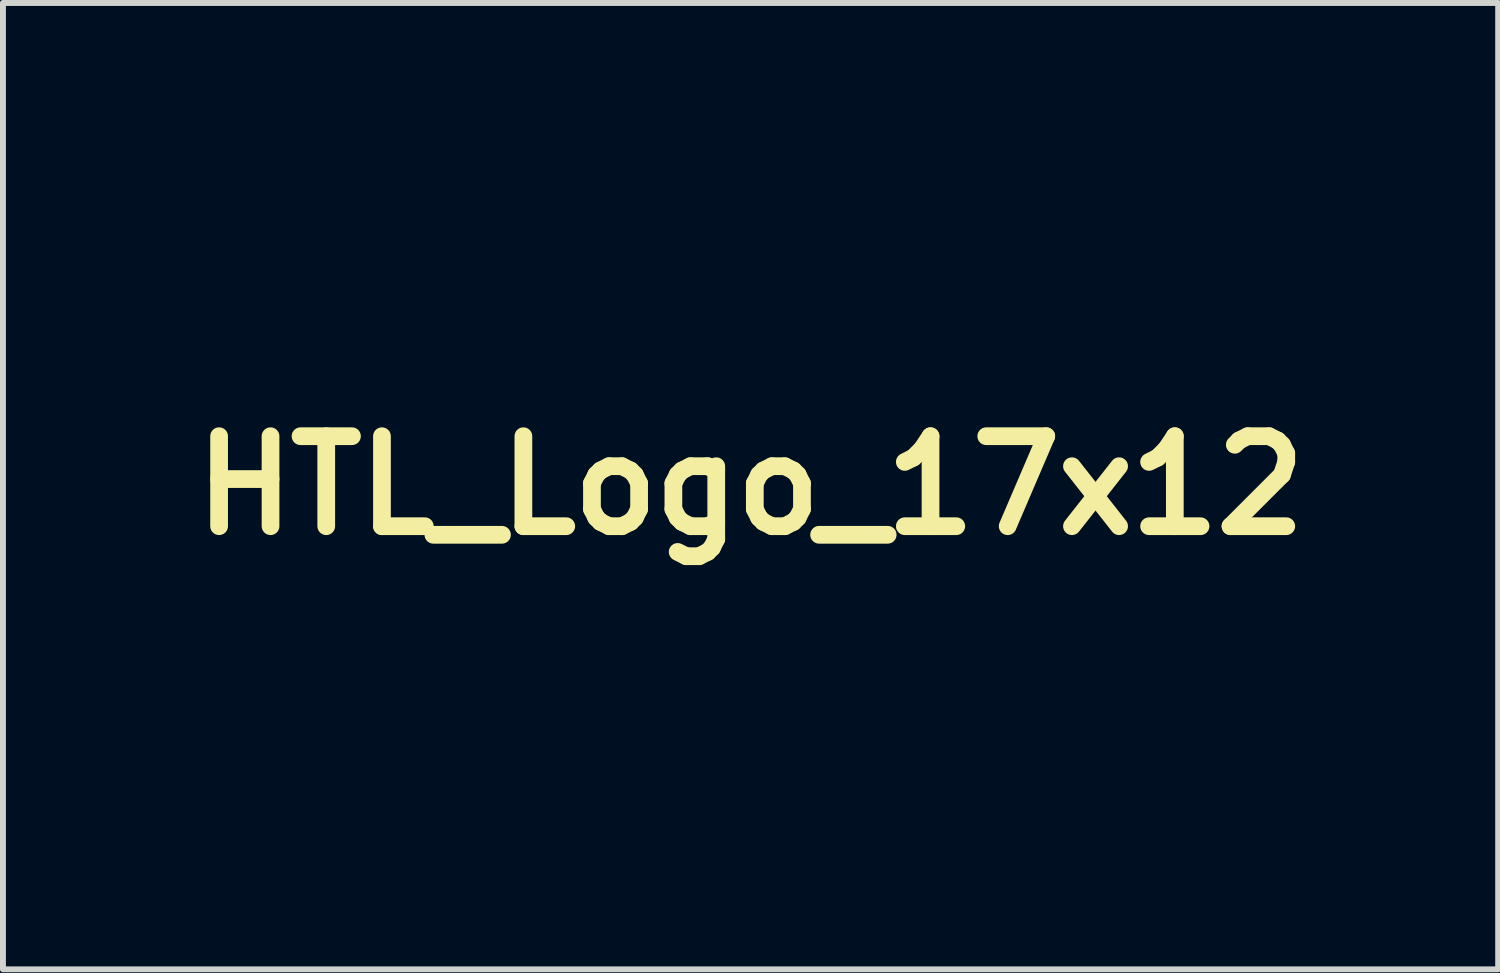
<source format=kicad_pcb>
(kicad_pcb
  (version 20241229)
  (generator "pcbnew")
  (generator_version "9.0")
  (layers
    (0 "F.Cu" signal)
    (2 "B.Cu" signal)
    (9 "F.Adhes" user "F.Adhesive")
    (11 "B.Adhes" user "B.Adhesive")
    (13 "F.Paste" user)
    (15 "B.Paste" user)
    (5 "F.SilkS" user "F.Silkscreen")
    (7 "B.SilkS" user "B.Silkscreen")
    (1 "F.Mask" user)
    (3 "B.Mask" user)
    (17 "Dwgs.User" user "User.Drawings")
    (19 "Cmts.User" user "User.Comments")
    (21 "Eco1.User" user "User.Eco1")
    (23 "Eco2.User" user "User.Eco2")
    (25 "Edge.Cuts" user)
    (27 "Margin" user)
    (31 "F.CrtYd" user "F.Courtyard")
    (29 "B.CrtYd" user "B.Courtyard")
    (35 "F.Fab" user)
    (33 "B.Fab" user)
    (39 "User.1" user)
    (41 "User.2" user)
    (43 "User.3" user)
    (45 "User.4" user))
  (footprint "HTL_Logo_17x12"
    (layer "F.Cu")
    (at 9.659 5.171)
    (property "Reference" "HTL_Logo_17x12" (at 0 0 0) (layer "F.SilkS") (effects (font (size 1.524 1.524) (thickness 0.3))))
    (attr through_hole)
    (fp_poly (pts (xy 3.217 -1.566) (xy -0.339 -1.566) (xy -0.339 -5.122) (xy 3.217 -5.122) (xy 3.217 -1.566)) (stroke (width 0.01) (type solid)) (fill yes) (layer "F.Mask"))
    (fp_poly (pts (xy 7.451 -1.524) (xy 3.809 -1.524) (xy 3.831 -5.144) (xy 7.451 -5.166) (xy 7.451 -1.524)) (stroke (width 0.01) (type solid)) (fill yes) (layer "F.Mask"))
    (fp_poly (pts (xy 5.641 -0.942) (xy 7.429 -0.932) (xy 7.429 2.646) (xy 5.641 2.657) (xy 3.852 2.668) (xy 3.852 0.858) (xy 3.852 -0.953) (xy 5.641 -0.942)) (stroke (width 0.01) (type solid)) (fill yes) (layer "F.Mask"))
    (fp_poly (pts (xy 0.783 -0.953) (xy 0.794 0.264) (xy 0.806 1.48) (xy 2.022 1.492) (xy 3.239 1.503) (xy 3.25 2.085) (xy 3.262 2.667) (xy -0.381 2.667) (xy -0.381 -0.976) (xy 0.783 -0.953)) (stroke (width 0.01) (type solid)) (fill yes) (layer "F.Mask"))
    (fp_poly (pts (xy 3.239 0.953) (xy 2.296 0.964) (xy 1.975 0.967) (xy 1.731 0.966) (xy 1.553 0.962) (xy 1.434 0.954) (xy 1.363 0.941) (xy 1.333 0.924) (xy 1.332 0.921) (xy 1.326 0.863) (xy 1.322 0.735) (xy 1.32 0.548) (xy 1.319 0.317) (xy 1.321 0.053) (xy 1.322 -0.043) (xy 1.333 -0.953) (xy 3.261 -0.975) (xy 3.239 0.953)) (stroke (width 0.01) (type solid)) (fill yes) (layer "F.Mask"))
    (fp_poly (pts (xy -0.712 -0.524) (xy -0.708 -0.339) (xy -0.708 -0.188) (xy -0.711 -0.089) (xy -0.716 -0.06) (xy -0.763 -0.053) (xy -0.877 -0.047) (xy -1.04 -0.043) (xy -1.213 -0.042) (xy -1.692 -0.042) (xy -1.703 1.302) (xy -1.714 2.646) (xy -2.297 2.658) (xy -2.879 2.669) (xy -2.879 -0.042) (xy -3.898 -0.042) (xy -3.886 -0.497) (xy -3.873 -0.953) (xy -2.299 -0.962) (xy -0.725 -0.971) (xy -0.712 -0.524)) (stroke (width 0.01) (type solid)) (fill yes) (layer "F.Mask"))
    (fp_poly (pts (xy 5.715 3.683) (xy 4.821 3.683) (xy 4.834 3.884) (xy 4.847 4.085) (xy 5.609 4.096) (xy 5.635 4.403) (xy 4.826 4.403) (xy 4.826 4.826) (xy 5.715 4.826) (xy 5.715 5.165) (xy 5.1 5.165) (xy 4.841 5.163) (xy 4.658 5.156) (xy 4.54 5.144) (xy 4.478 5.125) (xy 4.464 5.111) (xy 4.458 5.053) (xy 4.454 4.925) (xy 4.452 4.74) (xy 4.452 4.511) (xy 4.454 4.253) (xy 4.455 4.211) (xy 4.466 3.365) (xy 5.715 3.342) (xy 5.715 3.683)) (stroke (width 0.01) (type solid)) (fill yes) (layer "F.Mask"))
    (fp_poly (pts (xy 7.451 5.17) (xy 7.271 5.157) (xy 7.196 5.149) (xy 7.136 5.131) (xy 7.082 5.09) (xy 7.02 5.015) (xy 6.938 4.893) (xy 6.825 4.711) (xy 6.816 4.698) (xy 6.7 4.513) (xy 6.591 4.342) (xy 6.502 4.206) (xy 6.447 4.127) (xy 6.353 4) (xy 6.351 4.583) (xy 6.35 5.165) (xy 6.01 5.165) (xy 6.021 4.265) (xy 6.032 3.365) (xy 6.365 3.365) (xy 6.728 3.934) (xy 7.091 4.502) (xy 7.112 3.934) (xy 7.133 3.365) (xy 7.451 3.339) (xy 7.451 5.17)) (stroke (width 0.01) (type solid)) (fill yes) (layer "F.Mask"))
    (fp_poly (pts (xy -2.434 3.365) (xy -2.421 3.524) (xy -2.408 3.683) (xy -2.794 3.683) (xy -2.794 4.821) (xy -2.614 4.834) (xy -2.501 4.847) (xy -2.447 4.879) (xy -2.426 4.952) (xy -2.421 5.006) (xy -2.408 5.165) (xy -2.961 5.165) (xy -3.203 5.162) (xy -3.37 5.155) (xy -3.47 5.141) (xy -3.515 5.121) (xy -3.519 5.112) (xy -3.53 4.968) (xy -3.521 4.888) (xy -3.48 4.851) (xy -3.394 4.837) (xy -3.355 4.834) (xy -3.175 4.821) (xy -3.175 3.683) (xy -3.514 3.683) (xy -3.514 3.342) (xy -2.434 3.365)) (stroke (width 0.01) (type solid)) (fill yes) (layer "F.Mask"))
    (fp_poly (pts (xy 0.795 3.352) (xy 0.953 3.365) (xy 0.975 5.17) (xy 0.8 5.157) (xy 0.625 5.144) (xy 0.619 4.784) (xy 0.614 4.424) (xy 0.286 4.411) (xy 0.107 4.41) (xy -0.008 4.422) (xy -0.048 4.443) (xy -0.063 4.526) (xy -0.064 4.53) (xy -0.07 4.591) (xy -0.075 4.711) (xy -0.079 4.864) (xy -0.079 4.868) (xy -0.085 5.165) (xy -0.423 5.165) (xy -0.423 3.339) (xy -0.247 3.352) (xy -0.071 3.365) (xy -0.067 3.725) (xy -0.064 4.085) (xy 0.614 4.085) (xy 0.638 3.339) (xy 0.795 3.352)) (stroke (width 0.01) (type solid)) (fill yes) (layer "F.Mask"))
    (fp_poly (pts (xy -4.233 2.667) (xy -5.376 2.667) (xy -5.376 1.355) (xy -6.265 1.355) (xy -6.265 2.667) (xy -6.837 2.667) (xy -7.046 2.666) (xy -7.221 2.661) (xy -7.346 2.655) (xy -7.406 2.648) (xy -7.409 2.646) (xy -7.409 2.6) (xy -7.409 2.479) (xy -7.41 2.291) (xy -7.41 2.044) (xy -7.41 1.749) (xy -7.41 1.413) (xy -7.41 1.045) (xy -7.411 0.836) (xy -7.411 -0.953) (xy -6.838 -0.964) (xy -6.265 -0.976) (xy -6.265 0.339) (xy -5.379 0.339) (xy -5.367 -0.307) (xy -5.355 -0.953) (xy -4.794 -0.964) (xy -4.233 -0.976) (xy -4.233 2.667)) (stroke (width 0.01) (type solid)) (fill yes) (layer "F.Mask"))
    (fp_poly (pts (xy 4.238 3.683) (xy 3.817 3.683) (xy 3.625 3.684) (xy 3.502 3.689) (xy 3.43 3.702) (xy 3.393 3.728) (xy 3.375 3.769) (xy 3.369 3.789) (xy 3.359 3.917) (xy 3.369 4) (xy 3.387 4.052) (xy 3.419 4.083) (xy 3.484 4.1) (xy 3.6 4.106) (xy 3.751 4.106) (xy 4.106 4.106) (xy 4.106 4.403) (xy 3.747 4.403) (xy 3.554 4.407) (xy 3.437 4.421) (xy 3.386 4.445) (xy 3.383 4.456) (xy 3.38 4.522) (xy 3.376 4.647) (xy 3.373 4.805) (xy 3.372 4.826) (xy 3.365 5.144) (xy 3.004 5.17) (xy 3.015 4.268) (xy 3.027 3.365) (xy 4.212 3.365) (xy 4.238 3.683)) (stroke (width 0.01) (type solid)) (fill yes) (layer "F.Mask"))
    (fp_poly (pts (xy -1.65 3.367) (xy -1.387 3.38) (xy -1.191 3.409) (xy -1.044 3.461) (xy -0.93 3.541) (xy -0.831 3.658) (xy -0.812 3.685) (xy -0.769 3.756) (xy -0.741 3.827) (xy -0.726 3.918) (xy -0.722 4.049) (xy -0.725 4.24) (xy -0.727 4.305) (xy -0.734 4.512) (xy -0.744 4.654) (xy -0.76 4.749) (xy -0.788 4.816) (xy -0.832 4.875) (xy -0.868 4.913) (xy -0.987 5.022) (xy -1.116 5.095) (xy -1.274 5.14) (xy -1.481 5.161) (xy -1.685 5.165) (xy -1.864 5.163) (xy -2.008 5.159) (xy -2.099 5.152) (xy -2.12 5.147) (xy -2.125 5.101) (xy -2.128 4.984) (xy -2.129 4.826) (xy -1.778 4.826) (xy -1.529 4.826) (xy -1.351 4.815) (xy -1.23 4.778) (xy -1.179 4.745) (xy -1.129 4.695) (xy -1.098 4.63) (xy -1.079 4.529) (xy -1.068 4.371) (xy -1.065 4.308) (xy -1.06 4.129) (xy -1.065 4.012) (xy -1.085 3.933) (xy -1.123 3.868) (xy -1.154 3.831) (xy -1.227 3.76) (xy -1.313 3.72) (xy -1.441 3.698) (xy -1.518 3.692) (xy -1.778 3.673) (xy -1.778 4.826) (xy -2.129 4.826) (xy -2.129 4.807) (xy -2.129 4.584) (xy -2.127 4.326) (xy -2.126 4.243) (xy -2.113 3.356) (xy -1.65 3.367)) (stroke (width 0.01) (type solid)) (fill yes) (layer "F.Mask"))
    (fp_poly (pts (xy 2.163 3.372) (xy 2.287 3.397) (xy 2.393 3.45) (xy 2.426 3.471) (xy 2.545 3.567) (xy 2.626 3.677) (xy 2.676 3.819) (xy 2.702 4.011) (xy 2.709 4.268) (xy 2.709 4.27) (xy 2.701 4.533) (xy 2.674 4.73) (xy 2.621 4.876) (xy 2.536 4.987) (xy 2.426 5.073) (xy 2.255 5.149) (xy 2.049 5.188) (xy 1.846 5.186) (xy 1.714 5.153) (xy 1.543 5.074) (xy 1.422 4.99) (xy 1.342 4.884) (xy 1.296 4.74) (xy 1.275 4.544) (xy 1.27 4.305) (xy 1.272 4.202) (xy 1.609 4.202) (xy 1.609 4.204) (xy 1.615 4.378) (xy 1.631 4.536) (xy 1.653 4.644) (xy 1.653 4.645) (xy 1.737 4.772) (xy 1.868 4.848) (xy 2.022 4.866) (xy 2.175 4.823) (xy 2.259 4.765) (xy 2.312 4.709) (xy 2.345 4.651) (xy 2.363 4.567) (xy 2.37 4.438) (xy 2.371 4.276) (xy 2.369 4.089) (xy 2.36 3.967) (xy 2.34 3.886) (xy 2.304 3.827) (xy 2.267 3.787) (xy 2.126 3.701) (xy 1.961 3.68) (xy 1.8 3.723) (xy 1.713 3.787) (xy 1.658 3.852) (xy 1.626 3.926) (xy 1.612 4.034) (xy 1.609 4.202) (xy 1.272 4.202) (xy 1.275 4.046) (xy 1.294 3.855) (xy 1.331 3.715) (xy 1.394 3.609) (xy 1.485 3.521) (xy 1.534 3.486) (xy 1.646 3.417) (xy 1.754 3.381) (xy 1.893 3.367) (xy 1.989 3.365) (xy 2.163 3.372)) (stroke (width 0.01) (type solid)) (fill yes) (layer "F.Mask"))
    (fp_poly (pts (xy -4.43 3.359) (xy -4.336 3.401) (xy -4.313 3.429) (xy -4.284 3.495) (xy -4.233 3.622) (xy -4.165 3.796) (xy -4.087 4.002) (xy -4.003 4.227) (xy -3.919 4.454) (xy -3.84 4.671) (xy -3.772 4.861) (xy -3.72 5.011) (xy -3.689 5.105) (xy -3.683 5.13) (xy -3.721 5.151) (xy -3.816 5.163) (xy -3.864 5.165) (xy -3.978 5.16) (xy -4.041 5.129) (xy -4.083 5.052) (xy -4.108 4.985) (xy -4.17 4.805) (xy -4.494 4.793) (xy -4.818 4.78) (xy -4.878 4.962) (xy -4.922 5.075) (xy -4.972 5.13) (xy -5.059 5.152) (xy -5.115 5.157) (xy -5.223 5.157) (xy -5.286 5.141) (xy -5.292 5.132) (xy -5.278 5.082) (xy -5.238 4.966) (xy -5.179 4.801) (xy -5.106 4.599) (xy -5.055 4.463) (xy -5.052 4.453) (xy -4.699 4.453) (xy -4.661 4.473) (xy -4.564 4.485) (xy -4.487 4.487) (xy -4.367 4.485) (xy -4.29 4.478) (xy -4.276 4.473) (xy -4.288 4.428) (xy -4.32 4.329) (xy -4.364 4.2) (xy -4.409 4.067) (xy -4.449 3.954) (xy -4.471 3.895) (xy -4.497 3.897) (xy -4.539 3.972) (xy -4.593 4.112) (xy -4.598 4.125) (xy -4.647 4.273) (xy -4.683 4.389) (xy -4.699 4.451) (xy -4.699 4.453) (xy -5.052 4.453) (xy -4.969 4.23) (xy -4.888 4.008) (xy -4.82 3.817) (xy -4.771 3.677) (xy -4.757 3.633) (xy -4.708 3.507) (xy -4.657 3.411) (xy -4.636 3.387) (xy -4.544 3.353) (xy -4.43 3.359)) (stroke (width 0.01) (type solid)) (fill yes) (layer "F.Mask"))
    (fp_poly (pts (xy -7.034 3.361) (xy -7.027 3.369) (xy -7.018 3.432) (xy -6.992 3.556) (xy -6.956 3.721) (xy -6.913 3.905) (xy -6.869 4.09) (xy -6.828 4.253) (xy -6.796 4.376) (xy -6.776 4.438) (xy -6.775 4.44) (xy -6.75 4.433) (xy -6.712 4.348) (xy -6.66 4.182) (xy -6.594 3.936) (xy -6.513 3.607) (xy -6.511 3.598) (xy -6.475 3.464) (xy -6.438 3.392) (xy -6.384 3.36) (xy -6.334 3.352) (xy -6.231 3.356) (xy -6.168 3.382) (xy -6.146 3.433) (xy -6.107 3.548) (xy -6.059 3.707) (xy -6.005 3.893) (xy -5.951 4.087) (xy -5.903 4.271) (xy -5.864 4.426) (xy -5.842 4.533) (xy -5.839 4.551) (xy -5.829 4.527) (xy -5.804 4.434) (xy -5.767 4.284) (xy -5.722 4.09) (xy -5.697 3.979) (xy -5.56 3.365) (xy -5.404 3.352) (xy -5.298 3.353) (xy -5.239 3.388) (xy -5.223 3.468) (xy -5.246 3.608) (xy -5.271 3.707) (xy -5.307 3.844) (xy -5.358 4.039) (xy -5.418 4.266) (xy -5.479 4.502) (xy -5.487 4.53) (xy -5.543 4.739) (xy -5.595 4.92) (xy -5.637 5.055) (xy -5.665 5.128) (xy -5.67 5.136) (xy -5.732 5.156) (xy -5.837 5.158) (xy -5.844 5.157) (xy -5.907 5.148) (xy -5.952 5.126) (xy -5.989 5.076) (xy -6.025 4.983) (xy -6.07 4.831) (xy -6.101 4.72) (xy -6.154 4.522) (xy -6.201 4.336) (xy -6.235 4.188) (xy -6.247 4.131) (xy -6.268 4.04) (xy -6.291 4.015) (xy -6.32 4.06) (xy -6.356 4.179) (xy -6.403 4.377) (xy -6.407 4.392) (xy -6.452 4.587) (xy -6.503 4.787) (xy -6.542 4.932) (xy -6.583 5.063) (xy -6.62 5.133) (xy -6.674 5.16) (xy -6.762 5.165) (xy -6.772 5.165) (xy -6.933 5.165) (xy -7.02 4.837) (xy -7.119 4.463) (xy -7.199 4.163) (xy -7.26 3.928) (xy -7.307 3.75) (xy -7.34 3.62) (xy -7.362 3.53) (xy -7.375 3.472) (xy -7.381 3.438) (xy -7.382 3.429) (xy -7.357 3.384) (xy -7.264 3.358) (xy -7.207 3.352) (xy -7.098 3.351) (xy -7.034 3.361)) (stroke (width 0.01) (type solid)) (fill yes) (layer "F.Mask")))
  (gr_rect
    (start -3 -3)
    (end 22.319 13.364)
    (stroke (width 0.1) (type default))
    (fill no)
    (layer "Edge.Cuts")))
</source>
